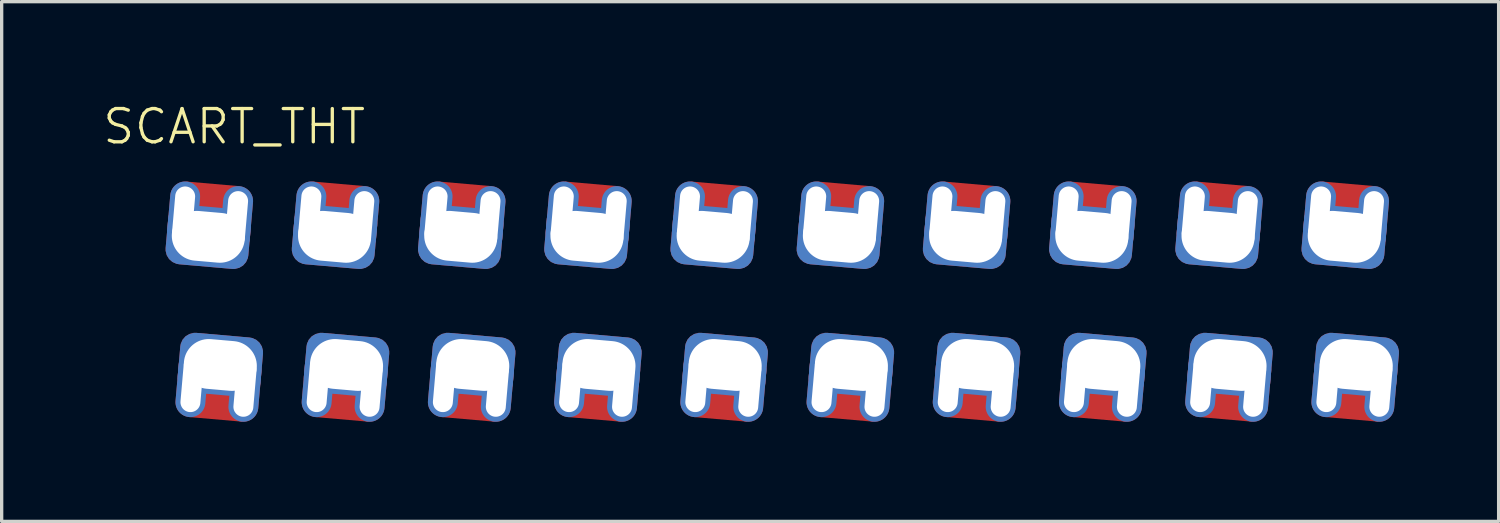
<source format=kicad_pcb>
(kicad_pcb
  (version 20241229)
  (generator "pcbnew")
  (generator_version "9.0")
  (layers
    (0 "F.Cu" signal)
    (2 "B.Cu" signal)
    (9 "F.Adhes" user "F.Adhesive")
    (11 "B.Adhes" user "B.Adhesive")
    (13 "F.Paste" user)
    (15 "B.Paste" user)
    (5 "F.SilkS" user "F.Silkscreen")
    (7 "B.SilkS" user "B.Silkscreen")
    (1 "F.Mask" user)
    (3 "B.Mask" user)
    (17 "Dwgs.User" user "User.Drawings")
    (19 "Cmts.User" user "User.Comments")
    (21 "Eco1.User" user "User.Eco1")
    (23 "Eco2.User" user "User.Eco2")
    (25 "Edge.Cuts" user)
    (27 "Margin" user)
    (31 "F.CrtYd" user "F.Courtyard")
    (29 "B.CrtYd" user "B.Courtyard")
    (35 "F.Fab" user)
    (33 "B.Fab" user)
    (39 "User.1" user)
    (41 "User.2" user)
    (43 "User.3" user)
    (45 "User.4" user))
  (footprint "SCART_THT"
    (layer "F.Cu")
    (at 3.252 3.841)
    (property "Reference" "SCART_THT" (at 0.75 -3.08 0) (unlocked yes) (layer "F.SilkS") (effects (font (size 1 1) (thickness 0.1))))
    (pad "1" thru_hole oval (at 33.679 4.669 265) (size 2 0.9) (drill oval 1.7 0.6) (layers "*.Cu" "*.Mask"))
    (pad "1" smd rect (at 34.426 5.311 355) (size 1.6 0.85) (layers "F.Cu" "F.Mask"))
    (pad "1" thru_hole roundrect (at 34.532 4.097 355) (size 2.5 1.8) (drill oval 2.2 1.5) (layers "*.Cu" "*.Mask") (roundrect_rratio 0.25))
    (pad "1" thru_hole oval (at 35.273 4.809 265) (size 2 0.9) (drill oval 1.7 0.6) (layers "*.Cu" "*.Mask"))
    (pad "2" thru_hole oval (at 33.425 -0.429 85) (size 2 0.9) (drill oval 1.7 0.6) (layers "*.Cu" "*.Mask"))
    (pad "2" thru_hole roundrect (at 34.169 0.239 175) (size 2.5 1.8) (drill oval 2.2 1.5) (layers "*.Cu" "*.Mask") (roundrect_rratio 0.25))
    (pad "2" smd rect (at 34.271 -0.932 355) (size 1.6 0.85) (layers "F.Cu" "F.Mask"))
    (pad "2" thru_hole oval (at 35.019 -0.289 85) (size 2 0.9) (drill oval 1.7 0.6) (layers "*.Cu" "*.Mask"))
    (pad "3" thru_hole oval (at 29.879 4.669 265) (size 2 0.9) (drill oval 1.7 0.6) (layers "*.Cu" "*.Mask"))
    (pad "3" smd rect (at 30.626 5.311 355) (size 1.6 0.85) (layers "F.Cu" "F.Mask"))
    (pad "3" thru_hole roundrect (at 30.732 4.097 355) (size 2.5 1.8) (drill oval 2.2 1.5) (layers "*.Cu" "*.Mask") (roundrect_rratio 0.25))
    (pad "3" thru_hole oval (at 31.473 4.809 265) (size 2 0.9) (drill oval 1.7 0.6) (layers "*.Cu" "*.Mask"))
    (pad "4" thru_hole oval (at 29.625 -0.429 85) (size 2 0.9) (drill oval 1.7 0.6) (layers "*.Cu" "*.Mask"))
    (pad "4" thru_hole roundrect (at 30.369 0.239 175) (size 2.5 1.8) (drill oval 2.2 1.5) (layers "*.Cu" "*.Mask") (roundrect_rratio 0.25))
    (pad "4" smd rect (at 30.471 -0.932 355) (size 1.6 0.85) (layers "F.Cu" "F.Mask"))
    (pad "4" thru_hole oval (at 31.219 -0.289 85) (size 2 0.9) (drill oval 1.7 0.6) (layers "*.Cu" "*.Mask"))
    (pad "5" thru_hole oval (at 26.079 4.669 265) (size 2 0.9) (drill oval 1.7 0.6) (layers "*.Cu" "*.Mask"))
    (pad "5" smd rect (at 26.828 5.312 355) (size 1.6 0.85) (layers "F.Cu" "F.Mask"))
    (pad "5" thru_hole roundrect (at 26.932 4.097 355) (size 2.5 1.8) (drill oval 2.2 1.5) (layers "*.Cu" "*.Mask") (roundrect_rratio 0.25))
    (pad "5" thru_hole oval (at 27.673 4.809 265) (size 2 0.9) (drill oval 1.7 0.6) (layers "*.Cu" "*.Mask"))
    (pad "6" thru_hole oval (at 25.825 -0.429 85) (size 2 0.9) (drill oval 1.7 0.6) (layers "*.Cu" "*.Mask"))
    (pad "6" thru_hole roundrect (at 26.569 0.239 175) (size 2.5 1.8) (drill oval 2.2 1.5) (layers "*.Cu" "*.Mask") (roundrect_rratio 0.25))
    (pad "6" smd rect (at 26.671 -0.932 355) (size 1.6 0.85) (layers "F.Cu" "F.Mask"))
    (pad "6" thru_hole oval (at 27.419 -0.289 85) (size 2 0.9) (drill oval 1.7 0.6) (layers "*.Cu" "*.Mask"))
    (pad "7" thru_hole oval (at 22.279 4.669 265) (size 2 0.9) (drill oval 1.7 0.6) (layers "*.Cu" "*.Mask"))
    (pad "7" smd rect (at 23.028 5.312 355) (size 1.6 0.85) (layers "F.Cu" "F.Mask"))
    (pad "7" thru_hole roundrect (at 23.132 4.097 355) (size 2.5 1.8) (drill oval 2.2 1.5) (layers "*.Cu" "*.Mask") (roundrect_rratio 0.25))
    (pad "7" thru_hole oval (at 23.873 4.809 265) (size 2 0.9) (drill oval 1.7 0.6) (layers "*.Cu" "*.Mask"))
    (pad "8" thru_hole oval (at 22.025 -0.429 85) (size 2 0.9) (drill oval 1.7 0.6) (layers "*.Cu" "*.Mask"))
    (pad "8" thru_hole roundrect (at 22.769 0.239 175) (size 2.5 1.8) (drill oval 2.2 1.5) (layers "*.Cu" "*.Mask") (roundrect_rratio 0.25))
    (pad "8" smd rect (at 22.871 -0.932 355) (size 1.6 0.85) (layers "F.Cu" "F.Mask"))
    (pad "8" thru_hole oval (at 23.619 -0.289 85) (size 2 0.9) (drill oval 1.7 0.6) (layers "*.Cu" "*.Mask"))
    (pad "9" thru_hole oval (at 18.479 4.669 265) (size 2 0.9) (drill oval 1.7 0.6) (layers "*.Cu" "*.Mask"))
    (pad "9" smd rect (at 19.228 5.312 355) (size 1.6 0.85) (layers "F.Cu" "F.Mask"))
    (pad "9" thru_hole roundrect (at 19.332 4.097 355) (size 2.5 1.8) (drill oval 2.2 1.5) (layers "*.Cu" "*.Mask") (roundrect_rratio 0.25))
    (pad "9" thru_hole oval (at 20.073 4.809 265) (size 2 0.9) (drill oval 1.7 0.6) (layers "*.Cu" "*.Mask"))
    (pad "10" thru_hole oval (at 18.225 -0.429 85) (size 2 0.9) (drill oval 1.7 0.6) (layers "*.Cu" "*.Mask"))
    (pad "10" thru_hole roundrect (at 18.969 0.239 175) (size 2.5 1.8) (drill oval 2.2 1.5) (layers "*.Cu" "*.Mask") (roundrect_rratio 0.25))
    (pad "10" smd rect (at 19.071 -0.932 355) (size 1.6 0.85) (layers "F.Cu" "F.Mask"))
    (pad "10" thru_hole oval (at 19.819 -0.289 85) (size 2 0.9) (drill oval 1.7 0.6) (layers "*.Cu" "*.Mask"))
    (pad "11" thru_hole oval (at 14.679 4.669 265) (size 2 0.9) (drill oval 1.7 0.6) (layers "*.Cu" "*.Mask"))
    (pad "11" smd rect (at 15.428 5.312 355) (size 1.6 0.85) (layers "F.Cu" "F.Mask"))
    (pad "11" thru_hole roundrect (at 15.532 4.097 355) (size 2.5 1.8) (drill oval 2.2 1.5) (layers "*.Cu" "*.Mask") (roundrect_rratio 0.25))
    (pad "11" thru_hole oval (at 16.273 4.809 265) (size 2 0.9) (drill oval 1.7 0.6) (layers "*.Cu" "*.Mask"))
    (pad "12" thru_hole oval (at 14.425 -0.429 85) (size 2 0.9) (drill oval 1.7 0.6) (layers "*.Cu" "*.Mask"))
    (pad "12" thru_hole roundrect (at 15.169 0.239 175) (size 2.5 1.8) (drill oval 2.2 1.5) (layers "*.Cu" "*.Mask") (roundrect_rratio 0.25))
    (pad "12" smd rect (at 15.271 -0.932 355) (size 1.6 0.85) (layers "F.Cu" "F.Mask"))
    (pad "12" thru_hole oval (at 16.019 -0.289 85) (size 2 0.9) (drill oval 1.7 0.6) (layers "*.Cu" "*.Mask"))
    (pad "13" thru_hole oval (at 10.879 4.669 265) (size 2 0.9) (drill oval 1.7 0.6) (layers "*.Cu" "*.Mask"))
    (pad "13" smd rect (at 11.628 5.312 355) (size 1.6 0.85) (layers "F.Cu" "F.Mask"))
    (pad "13" thru_hole roundrect (at 11.732 4.097 355) (size 2.5 1.8) (drill oval 2.2 1.5) (layers "*.Cu" "*.Mask") (roundrect_rratio 0.25))
    (pad "13" thru_hole oval (at 12.473 4.809 265) (size 2 0.9) (drill oval 1.7 0.6) (layers "*.Cu" "*.Mask"))
    (pad "14" thru_hole oval (at 10.625 -0.429 85) (size 2 0.9) (drill oval 1.7 0.6) (layers "*.Cu" "*.Mask"))
    (pad "14" thru_hole roundrect (at 11.369 0.239 175) (size 2.5 1.8) (drill oval 2.2 1.5) (layers "*.Cu" "*.Mask") (roundrect_rratio 0.25))
    (pad "14" smd rect (at 11.471 -0.932 355) (size 1.6 0.85) (layers "F.Cu" "F.Mask"))
    (pad "14" thru_hole oval (at 12.219 -0.289 85) (size 2 0.9) (drill oval 1.7 0.6) (layers "*.Cu" "*.Mask"))
    (pad "15" thru_hole oval (at 7.079 4.669 265) (size 2 0.9) (drill oval 1.7 0.6) (layers "*.Cu" "*.Mask"))
    (pad "15" smd rect (at 7.828 5.312 355) (size 1.6 0.85) (layers "F.Cu" "F.Mask"))
    (pad "15" thru_hole roundrect (at 7.932 4.097 355) (size 2.5 1.8) (drill oval 2.2 1.5) (layers "*.Cu" "*.Mask") (roundrect_rratio 0.25))
    (pad "15" thru_hole oval (at 8.673 4.809 265) (size 2 0.9) (drill oval 1.7 0.6) (layers "*.Cu" "*.Mask"))
    (pad "16" thru_hole oval (at 6.825 -0.429 85) (size 2 0.9) (drill oval 1.7 0.6) (layers "*.Cu" "*.Mask"))
    (pad "16" thru_hole roundrect (at 7.569 0.239 175) (size 2.5 1.8) (drill oval 2.2 1.5) (layers "*.Cu" "*.Mask") (roundrect_rratio 0.25))
    (pad "16" smd rect (at 7.671 -0.932 355) (size 1.6 0.85) (layers "F.Cu" "F.Mask"))
    (pad "16" thru_hole oval (at 8.419 -0.289 85) (size 2 0.9) (drill oval 1.7 0.6) (layers "*.Cu" "*.Mask"))
    (pad "17" thru_hole oval (at 3.279 4.669 265) (size 2 0.9) (drill oval 1.7 0.6) (layers "*.Cu" "*.Mask"))
    (pad "17" smd rect (at 4.028 5.312 355) (size 1.6 0.85) (layers "F.Cu" "F.Mask"))
    (pad "17" thru_hole roundrect (at 4.132 4.097 355) (size 2.5 1.8) (drill oval 2.2 1.5) (layers "*.Cu" "*.Mask") (roundrect_rratio 0.25))
    (pad "17" thru_hole oval (at 4.873 4.809 265) (size 2 0.9) (drill oval 1.7 0.6) (layers "*.Cu" "*.Mask"))
    (pad "18" thru_hole oval (at 3.025 -0.429 85) (size 2 0.9) (drill oval 1.7 0.6) (layers "*.Cu" "*.Mask"))
    (pad "18" thru_hole roundrect (at 3.769 0.239 175) (size 2.5 1.8) (drill oval 2.2 1.5) (layers "*.Cu" "*.Mask") (roundrect_rratio 0.25))
    (pad "18" smd rect (at 3.871 -0.932 355) (size 1.6 0.85) (layers "F.Cu" "F.Mask"))
    (pad "18" thru_hole oval (at 4.619 -0.289 85) (size 2 0.9) (drill oval 1.7 0.6) (layers "*.Cu" "*.Mask"))
    (pad "19" thru_hole oval (at -0.521 4.669 265) (size 2 0.9) (drill oval 1.7 0.6) (layers "*.Cu" "*.Mask"))
    (pad "19" smd rect (at 0.228 5.312 355) (size 1.6 0.85) (layers "F.Cu" "F.Mask"))
    (pad "19" thru_hole roundrect (at 0.332 4.097 355) (size 2.5 1.8) (drill oval 2.2 1.5) (layers "*.Cu" "*.Mask") (roundrect_rratio 0.25))
    (pad "19" thru_hole oval (at 1.073 4.809 265) (size 2 0.9) (drill oval 1.7 0.6) (layers "*.Cu" "*.Mask"))
    (pad "20" thru_hole oval (at -0.775 -0.429 85) (size 2 0.9) (drill oval 1.7 0.6) (layers "*.Cu" "*.Mask"))
    (pad "20" thru_hole roundrect (at -0.031 0.239 175) (size 2.5 1.8) (drill oval 2.2 1.5) (layers "*.Cu" "*.Mask") (roundrect_rratio 0.25))
    (pad "20" smd rect (at 0.072 -0.932 355) (size 1.6 0.85) (layers "F.Cu" "F.Mask"))
    (pad "20" thru_hole oval (at 0.819 -0.289 85) (size 2 0.9) (drill oval 1.7 0.6) (layers "*.Cu" "*.Mask")))
  (gr_rect
    (start -3 -3)
    (end 42.07 12.647)
    (stroke (width 0.1) (type default))
    (fill no)
    (layer "Edge.Cuts")))
</source>
